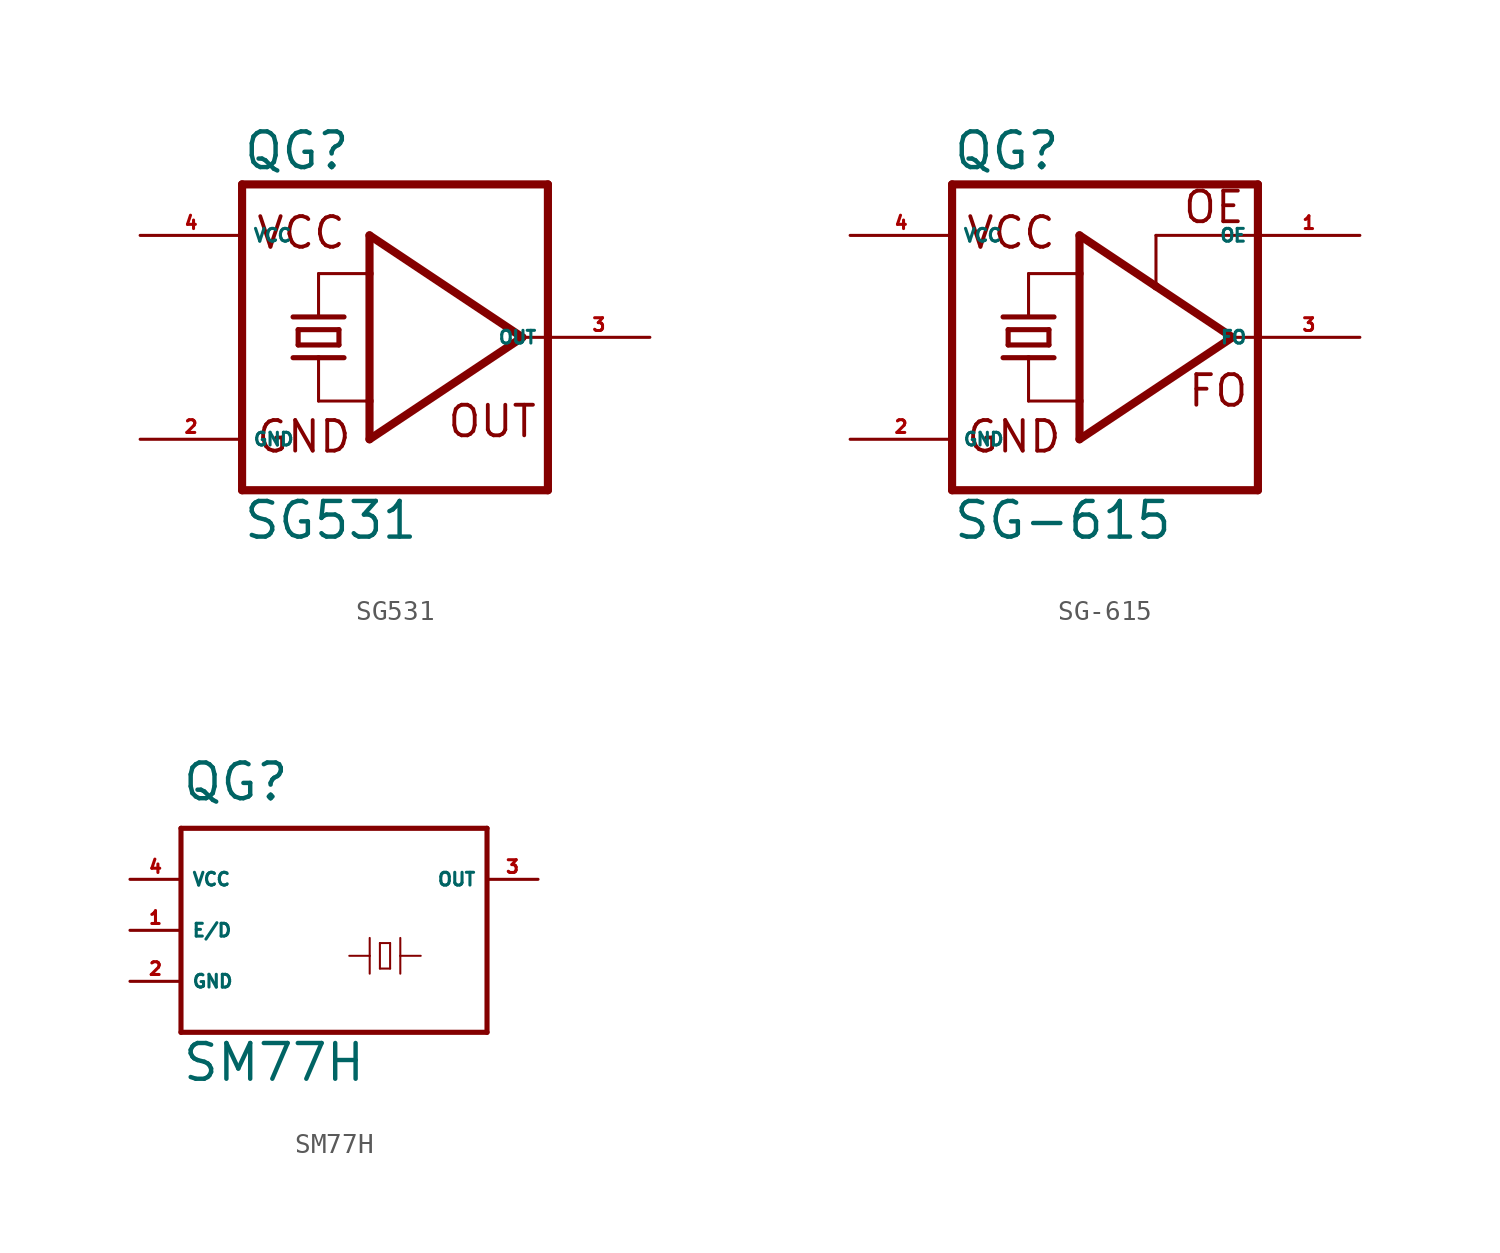
<source format=kicad_sym>
(kicad_symbol_lib
  (version 20220914)
  (generator Eagle2Kicad)
  (symbol "SG531"
    (property "Reference" "QG"
      (at -7.62 8.255 0)
      (effects (font (size 1.778 1.778) (thickness 0.22)) (justify left bottom)))
    (property "Value" "SG531"
      (at -7.62 -10.16 0)
      (effects (font (size 1.778 1.778) (thickness 0.22)) (justify left bottom)))
    (polyline
      (pts (xy -7.62 7.62) (xy -7.62 -7.62))
      (stroke (width 0.406) (type default))
      (fill (type none)))
    (polyline
      (pts (xy 7.62 -7.62) (xy -7.62 -7.62))
      (stroke (width 0.406) (type default))
      (fill (type none)))
    (polyline
      (pts (xy 7.62 -7.62) (xy 7.62 0))
      (stroke (width 0.406) (type default))
      (fill (type none)))
    (polyline
      (pts (xy 7.62 0) (xy 7.62 7.62))
      (stroke (width 0.406) (type default))
      (fill (type none)))
    (polyline
      (pts (xy -7.62 7.62) (xy 7.62 7.62))
      (stroke (width 0.406) (type default))
      (fill (type none)))
    (polyline
      (pts (xy -4.826 -0.381) (xy -4.826 0.381))
      (stroke (width 0.254) (type default))
      (fill (type none)))
    (polyline
      (pts (xy -4.826 0.381) (xy -2.794 0.381))
      (stroke (width 0.254) (type default))
      (fill (type none)))
    (polyline
      (pts (xy -2.794 0.381) (xy -2.794 -0.381))
      (stroke (width 0.254) (type default))
      (fill (type none)))
    (polyline
      (pts (xy -4.826 -0.381) (xy -2.794 -0.381))
      (stroke (width 0.254) (type default))
      (fill (type none)))
    (polyline
      (pts (xy -5.08 -1.016) (xy -3.81 -1.016))
      (stroke (width 0.254) (type default))
      (fill (type none)))
    (polyline
      (pts (xy -3.81 -1.016) (xy -2.54 -1.016))
      (stroke (width 0.254) (type default))
      (fill (type none)))
    (polyline
      (pts (xy -3.81 1.016) (xy -3.81 3.175))
      (stroke (width 0.152) (type default))
      (fill (type none)))
    (polyline
      (pts (xy -3.81 -3.175) (xy -3.81 -1.016))
      (stroke (width 0.152) (type default))
      (fill (type none)))
    (polyline
      (pts (xy -1.27 5.08) (xy 6.35 0))
      (stroke (width 0.406) (type default))
      (fill (type none)))
    (polyline
      (pts (xy 6.35 0) (xy -1.27 -5.08))
      (stroke (width 0.406) (type default))
      (fill (type none)))
    (polyline
      (pts (xy -1.27 -5.08) (xy -1.27 -3.175))
      (stroke (width 0.406) (type default))
      (fill (type none)))
    (polyline
      (pts (xy -1.27 -3.175) (xy -1.27 3.175))
      (stroke (width 0.406) (type default))
      (fill (type none)))
    (polyline
      (pts (xy -1.27 3.175) (xy -1.27 5.08))
      (stroke (width 0.406) (type default))
      (fill (type none)))
    (polyline
      (pts (xy -3.81 3.175) (xy -1.27 3.175))
      (stroke (width 0.152) (type default))
      (fill (type none)))
    (polyline
      (pts (xy -3.81 -3.175) (xy -1.27 -3.175))
      (stroke (width 0.152) (type default))
      (fill (type none)))
    (polyline
      (pts (xy 6.35 0) (xy 7.62 0))
      (stroke (width 0.152) (type default))
      (fill (type none)))
    (polyline
      (pts (xy -5.08 1.016) (xy -2.54 1.016))
      (stroke (width 0.254) (type default))
      (fill (type none)))
    (text "GND"
      (at -6.985 -5.842 0)
      (effects (font (size 1.524 1.524) (thickness 0.19)) (justify left bottom)))
    (text "VCC"
      (at -6.985 4.318 0)
      (effects (font (size 1.524 1.524) (thickness 0.19)) (justify left bottom)))
    (text "OUT"
      (at 2.54 -5.08 0)
      (effects (font (size 1.524 1.524) (thickness 0.19)) (justify left bottom)))
    (pin unspecified line
      (at -12.7 -5.08 0)
      (length 5.08)
      (name "GND" (effects (font (size 0.635 0.635) (thickness 0.08)) (justify left bottom)))
      (number "2" (effects (font (size 0.635 0.635) (thickness 0.08)) (justify left bottom))))
    (pin unspecified line
      (at -12.7 5.08 0)
      (length 5.08)
      (name "VCC" (effects (font (size 0.635 0.635) (thickness 0.08)) (justify left bottom)))
      (number "4" (effects (font (size 0.635 0.635) (thickness 0.08)) (justify left bottom))))
    (pin output line
      (at 12.7 0 180)
      (length 5.08)
      (name "OUT" (effects (font (size 0.635 0.635) (thickness 0.08)) (justify left bottom)))
      (number "3" (effects (font (size 0.635 0.635) (thickness 0.08)) (justify left bottom)))))
  (symbol "SG-615"
    (property "Reference" "QG"
      (at -7.62 8.255 0)
      (effects (font (size 1.778 1.778) (thickness 0.22)) (justify left bottom)))
    (property "Value" "SG-615"
      (at -7.62 -10.16 0)
      (effects (font (size 1.778 1.778) (thickness 0.22)) (justify left bottom)))
    (polyline
      (pts (xy -7.62 7.62) (xy -7.62 -7.62))
      (stroke (width 0.406) (type default))
      (fill (type none)))
    (polyline
      (pts (xy 7.62 -7.62) (xy -7.62 -7.62))
      (stroke (width 0.406) (type default))
      (fill (type none)))
    (polyline
      (pts (xy 7.62 -7.62) (xy 7.62 0))
      (stroke (width 0.406) (type default))
      (fill (type none)))
    (polyline
      (pts (xy 7.62 0) (xy 7.62 5.08))
      (stroke (width 0.406) (type default))
      (fill (type none)))
    (polyline
      (pts (xy 7.62 5.08) (xy 7.62 7.62))
      (stroke (width 0.406) (type default))
      (fill (type none)))
    (polyline
      (pts (xy -7.62 7.62) (xy 7.62 7.62))
      (stroke (width 0.406) (type default))
      (fill (type none)))
    (polyline
      (pts (xy -1.27 5.08) (xy 2.54 2.54))
      (stroke (width 0.406) (type default))
      (fill (type none)))
    (polyline
      (pts (xy 2.54 2.54) (xy 6.35 0))
      (stroke (width 0.406) (type default))
      (fill (type none)))
    (polyline
      (pts (xy 6.35 0) (xy -1.27 -5.08))
      (stroke (width 0.406) (type default))
      (fill (type none)))
    (polyline
      (pts (xy -1.27 -5.08) (xy -1.27 -3.175))
      (stroke (width 0.406) (type default))
      (fill (type none)))
    (polyline
      (pts (xy -1.27 -3.175) (xy -1.27 3.175))
      (stroke (width 0.406) (type default))
      (fill (type none)))
    (polyline
      (pts (xy -1.27 3.175) (xy -1.27 5.08))
      (stroke (width 0.406) (type default))
      (fill (type none)))
    (polyline
      (pts (xy -3.81 3.175) (xy -1.27 3.175))
      (stroke (width 0.152) (type default))
      (fill (type none)))
    (polyline
      (pts (xy -3.81 -3.175) (xy -1.27 -3.175))
      (stroke (width 0.152) (type default))
      (fill (type none)))
    (polyline
      (pts (xy 6.35 0) (xy 7.62 0))
      (stroke (width 0.152) (type default))
      (fill (type none)))
    (polyline
      (pts (xy 7.62 5.08) (xy 2.54 5.08))
      (stroke (width 0.152) (type default))
      (fill (type none)))
    (polyline
      (pts (xy 2.54 5.08) (xy 2.54 2.54))
      (stroke (width 0.152) (type default))
      (fill (type none)))
    (polyline
      (pts (xy -4.826 -0.381) (xy -4.826 0.381))
      (stroke (width 0.254) (type default))
      (fill (type none)))
    (polyline
      (pts (xy -4.826 0.381) (xy -2.794 0.381))
      (stroke (width 0.254) (type default))
      (fill (type none)))
    (polyline
      (pts (xy -2.794 0.381) (xy -2.794 -0.381))
      (stroke (width 0.254) (type default))
      (fill (type none)))
    (polyline
      (pts (xy -4.826 -0.381) (xy -2.794 -0.381))
      (stroke (width 0.254) (type default))
      (fill (type none)))
    (polyline
      (pts (xy -5.08 -1.016) (xy -3.81 -1.016))
      (stroke (width 0.254) (type default))
      (fill (type none)))
    (polyline
      (pts (xy -3.81 -1.016) (xy -2.54 -1.016))
      (stroke (width 0.254) (type default))
      (fill (type none)))
    (polyline
      (pts (xy -3.81 1.016) (xy -3.81 3.175))
      (stroke (width 0.152) (type default))
      (fill (type none)))
    (polyline
      (pts (xy -3.81 -3.175) (xy -3.81 -1.016))
      (stroke (width 0.152) (type default))
      (fill (type none)))
    (polyline
      (pts (xy -5.08 1.016) (xy -2.54 1.016))
      (stroke (width 0.254) (type default))
      (fill (type none)))
    (text "GND"
      (at -6.985 -5.842 0)
      (effects (font (size 1.524 1.524) (thickness 0.19)) (justify left bottom)))
    (text "VCC"
      (at -6.985 4.318 0)
      (effects (font (size 1.524 1.524) (thickness 0.19)) (justify left bottom)))
    (text "FO"
      (at 4.064 -3.556 0)
      (effects (font (size 1.524 1.524) (thickness 0.19)) (justify left bottom)))
    (text "OE"
      (at 3.81 5.588 0)
      (effects (font (size 1.524 1.524) (thickness 0.19)) (justify left bottom)))
    (pin unspecified line
      (at -12.7 -5.08 0)
      (length 5.08)
      (name "GND" (effects (font (size 0.635 0.635) (thickness 0.08)) (justify left bottom)))
      (number "2" (effects (font (size 0.635 0.635) (thickness 0.08)) (justify left bottom))))
    (pin unspecified line
      (at -12.7 5.08 0)
      (length 5.08)
      (name "VCC" (effects (font (size 0.635 0.635) (thickness 0.08)) (justify left bottom)))
      (number "4" (effects (font (size 0.635 0.635) (thickness 0.08)) (justify left bottom))))
    (pin output line
      (at 12.7 0 180)
      (length 5.08)
      (name "FO" (effects (font (size 0.635 0.635) (thickness 0.08)) (justify left bottom)))
      (number "3" (effects (font (size 0.635 0.635) (thickness 0.08)) (justify left bottom))))
    (pin input line
      (at 12.7 5.08 180)
      (length 5.08)
      (name "OE" (effects (font (size 0.635 0.635) (thickness 0.08)) (justify left bottom)))
      (number "1" (effects (font (size 0.635 0.635) (thickness 0.08)) (justify left bottom)))))
  (symbol "SM77H"
    (property "Reference" "QG"
      (at -7.62 6.35 0)
      (effects (font (size 1.778 1.778) (thickness 0.22)) (justify left bottom)))
    (property "Value" "SM77H"
      (at -7.62 -7.62 0)
      (effects (font (size 1.778 1.778) (thickness 0.22)) (justify left bottom)))
    (polyline
      (pts (xy -7.62 5.08) (xy -7.62 -5.08))
      (stroke (width 0.254) (type default))
      (fill (type none)))
    (polyline
      (pts (xy -7.62 -5.08) (xy 7.62 -5.08))
      (stroke (width 0.254) (type default))
      (fill (type none)))
    (polyline
      (pts (xy 7.62 -5.08) (xy 7.62 5.08))
      (stroke (width 0.254) (type default))
      (fill (type none)))
    (polyline
      (pts (xy 7.62 5.08) (xy -7.62 5.08))
      (stroke (width 0.254) (type default))
      (fill (type none)))
    (polyline
      (pts (xy 0.762 -1.27) (xy 1.778 -1.27))
      (stroke (width 0.102) (type default))
      (fill (type none)))
    (polyline
      (pts (xy 1.778 -1.27) (xy 1.778 -0.381))
      (stroke (width 0.102) (type default))
      (fill (type none)))
    (polyline
      (pts (xy 1.778 -1.27) (xy 1.778 -2.159))
      (stroke (width 0.102) (type default))
      (fill (type none)))
    (polyline
      (pts (xy 2.286 -0.635) (xy 2.794 -0.635))
      (stroke (width 0.102) (type default))
      (fill (type none)))
    (polyline
      (pts (xy 2.794 -0.635) (xy 2.794 -1.905))
      (stroke (width 0.102) (type default))
      (fill (type none)))
    (polyline
      (pts (xy 2.794 -1.905) (xy 2.286 -1.905))
      (stroke (width 0.102) (type default))
      (fill (type none)))
    (polyline
      (pts (xy 2.286 -1.905) (xy 2.286 -0.635))
      (stroke (width 0.102) (type default))
      (fill (type none)))
    (polyline
      (pts (xy 4.318 -1.27) (xy 3.302 -1.27))
      (stroke (width 0.102) (type default))
      (fill (type none)))
    (polyline
      (pts (xy 3.302 -1.27) (xy 3.302 -2.159))
      (stroke (width 0.102) (type default))
      (fill (type none)))
    (polyline
      (pts (xy 3.302 -1.27) (xy 3.302 -0.381))
      (stroke (width 0.102) (type default))
      (fill (type none)))
    (pin input line
      (at -10.16 0 0)
      (length 2.54)
      (name "E/D" (effects (font (size 0.635 0.635) (thickness 0.08)) (justify left bottom)))
      (number "1" (effects (font (size 0.635 0.635) (thickness 0.08)) (justify left bottom))))
    (pin unspecified line
      (at -10.16 2.54 0)
      (length 2.54)
      (name "VCC" (effects (font (size 0.635 0.635) (thickness 0.08)) (justify left bottom)))
      (number "4" (effects (font (size 0.635 0.635) (thickness 0.08)) (justify left bottom))))
    (pin unspecified line
      (at -10.16 -2.54 0)
      (length 2.54)
      (name "GND" (effects (font (size 0.635 0.635) (thickness 0.08)) (justify left bottom)))
      (number "2" (effects (font (size 0.635 0.635) (thickness 0.08)) (justify left bottom))))
    (pin output line
      (at 10.16 2.54 180)
      (length 2.54)
      (name "OUT" (effects (font (size 0.635 0.635) (thickness 0.08)) (justify left bottom)))
      (number "3" (effects (font (size 0.635 0.635) (thickness 0.08)) (justify left bottom))))))
</source>
